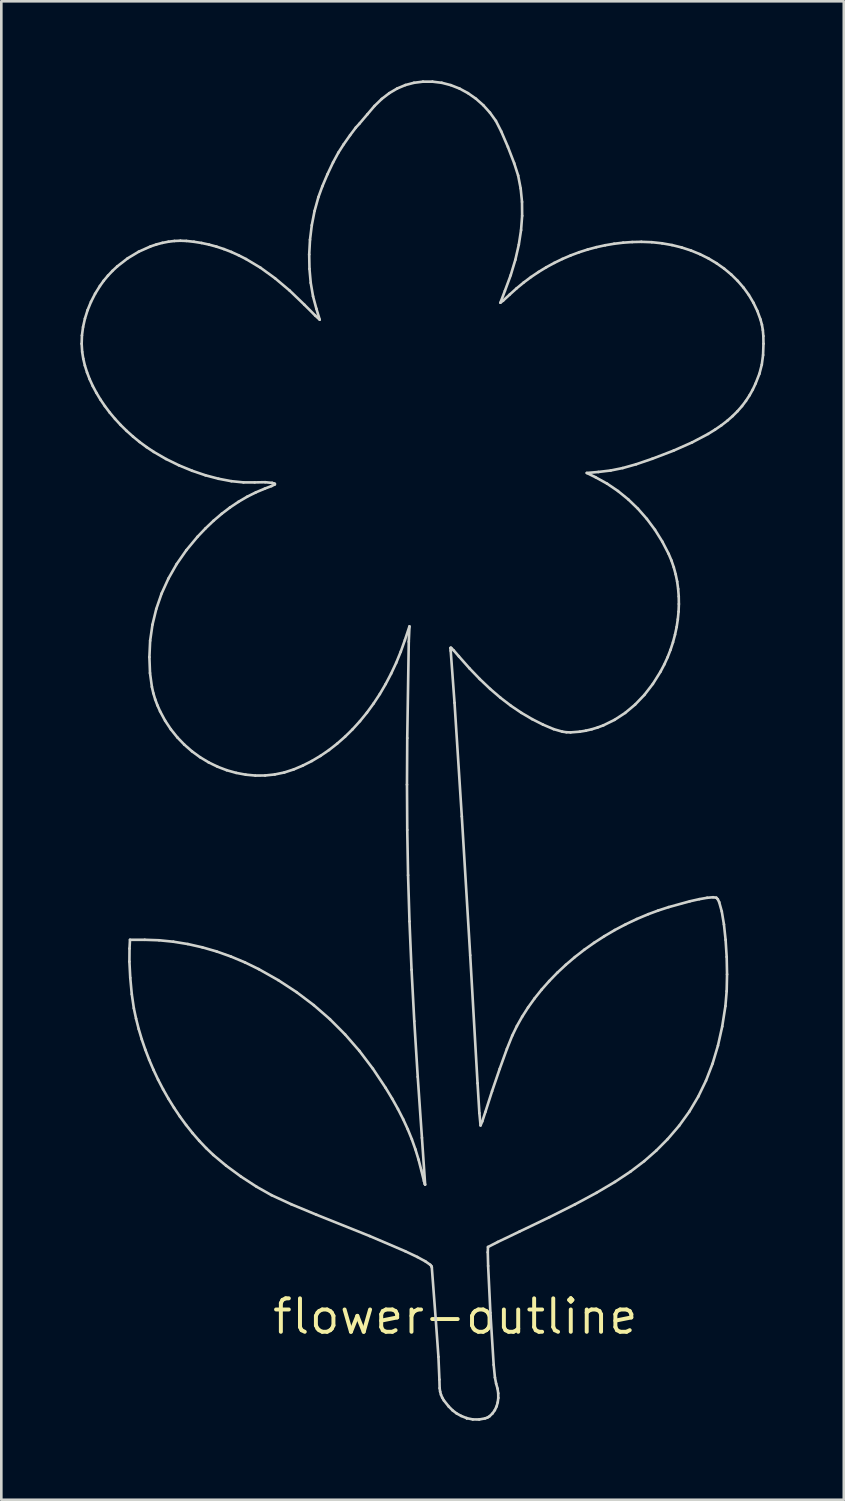
<source format=kicad_pcb>
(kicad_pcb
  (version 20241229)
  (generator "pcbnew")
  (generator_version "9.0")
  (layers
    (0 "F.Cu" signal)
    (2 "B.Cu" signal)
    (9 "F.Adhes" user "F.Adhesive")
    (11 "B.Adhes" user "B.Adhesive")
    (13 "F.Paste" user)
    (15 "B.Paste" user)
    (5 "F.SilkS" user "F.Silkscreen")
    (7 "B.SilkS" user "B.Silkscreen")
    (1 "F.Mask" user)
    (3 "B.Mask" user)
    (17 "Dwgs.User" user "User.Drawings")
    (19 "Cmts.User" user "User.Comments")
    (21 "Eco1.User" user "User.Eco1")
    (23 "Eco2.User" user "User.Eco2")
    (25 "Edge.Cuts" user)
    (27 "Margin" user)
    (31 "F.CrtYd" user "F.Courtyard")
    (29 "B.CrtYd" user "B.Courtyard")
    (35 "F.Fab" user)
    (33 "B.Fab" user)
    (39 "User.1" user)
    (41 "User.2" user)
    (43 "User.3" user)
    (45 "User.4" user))
  (footprint "flower-outline"
    (layer "F.Cu")
    (at 14.235 46.931)
    (property "Reference" "flower-outline" (at 0 0 0) (layer "F.SilkS") (effects (font (size 1.27 1.27) (thickness 0.15))))
    (attr through_hole)
    (fp_line (start -14.185 -36.93) (end -14.174 -37.246) (stroke (width 0.1) (type solid)) (layer "Edge.Cuts"))
    (fp_line (start -14.174 -37.246) (end -14.132 -37.565) (stroke (width 0.1) (type solid)) (layer "Edge.Cuts"))
    (fp_line (start -14.165 -36.621) (end -14.185 -36.93) (stroke (width 0.1) (type solid)) (layer "Edge.Cuts"))
    (fp_line (start -14.132 -37.565) (end -14.06 -37.886) (stroke (width 0.1) (type solid)) (layer "Edge.Cuts"))
    (fp_line (start -14.124 -36.364) (end -14.165 -36.621) (stroke (width 0.1) (type solid)) (layer "Edge.Cuts"))
    (fp_line (start -14.063 -36.105) (end -14.124 -36.364) (stroke (width 0.1) (type solid)) (layer "Edge.Cuts"))
    (fp_line (start -14.06 -37.886) (end -13.96 -38.206) (stroke (width 0.1) (type solid)) (layer "Edge.Cuts"))
    (fp_line (start -13.981 -35.844) (end -14.063 -36.105) (stroke (width 0.1) (type solid)) (layer "Edge.Cuts"))
    (fp_line (start -13.96 -38.206) (end -13.831 -38.52) (stroke (width 0.1) (type solid)) (layer "Edge.Cuts"))
    (fp_line (start -13.881 -35.584) (end -13.981 -35.844) (stroke (width 0.1) (type solid)) (layer "Edge.Cuts"))
    (fp_line (start -13.831 -38.52) (end -13.675 -38.827) (stroke (width 0.1) (type solid)) (layer "Edge.Cuts"))
    (fp_line (start -13.762 -35.324) (end -13.881 -35.584) (stroke (width 0.1) (type solid)) (layer "Edge.Cuts"))
    (fp_line (start -13.675 -38.827) (end -13.492 -39.123) (stroke (width 0.1) (type solid)) (layer "Edge.Cuts"))
    (fp_line (start -13.625 -35.067) (end -13.762 -35.324) (stroke (width 0.1) (type solid)) (layer "Edge.Cuts"))
    (fp_line (start -13.492 -39.123) (end -13.347 -39.324) (stroke (width 0.1) (type solid)) (layer "Edge.Cuts"))
    (fp_line (start -13.472 -34.812) (end -13.625 -35.067) (stroke (width 0.1) (type solid)) (layer "Edge.Cuts"))
    (fp_line (start -13.347 -39.324) (end -13.187 -39.516) (stroke (width 0.1) (type solid)) (layer "Edge.Cuts"))
    (fp_line (start -13.302 -34.562) (end -13.472 -34.812) (stroke (width 0.1) (type solid)) (layer "Edge.Cuts"))
    (fp_line (start -13.187 -39.516) (end -13.016 -39.697) (stroke (width 0.1) (type solid)) (layer "Edge.Cuts"))
    (fp_line (start -13.117 -34.316) (end -13.302 -34.562) (stroke (width 0.1) (type solid)) (layer "Edge.Cuts"))
    (fp_line (start -13.016 -39.697) (end -12.834 -39.867) (stroke (width 0.1) (type solid)) (layer "Edge.Cuts"))
    (fp_line (start -12.917 -34.077) (end -13.117 -34.316) (stroke (width 0.1) (type solid)) (layer "Edge.Cuts"))
    (fp_line (start -12.834 -39.867) (end -12.441 -40.172) (stroke (width 0.1) (type solid)) (layer "Edge.Cuts"))
    (fp_line (start -12.703 -33.845) (end -12.917 -34.077) (stroke (width 0.1) (type solid)) (layer "Edge.Cuts"))
    (fp_line (start -12.475 -33.621) (end -12.703 -33.845) (stroke (width 0.1) (type solid)) (layer "Edge.Cuts"))
    (fp_line (start -12.441 -40.172) (end -12.018 -40.426) (stroke (width 0.1) (type solid)) (layer "Edge.Cuts"))
    (fp_line (start -12.372 -13.474) (end -12.368 -13.97) (stroke (width 0.1) (type solid)) (layer "Edge.Cuts"))
    (fp_line (start -12.368 -13.97) (end -12.35 -14.302) (stroke (width 0.1) (type solid)) (layer "Edge.Cuts"))
    (fp_line (start -12.35 -14.302) (end -11.789 -14.302) (stroke (width 0.1) (type solid)) (layer "Edge.Cuts"))
    (fp_line (start -12.34 -12.86) (end -12.372 -13.474) (stroke (width 0.1) (type solid)) (layer "Edge.Cuts"))
    (fp_line (start -12.282 -12.236) (end -12.34 -12.86) (stroke (width 0.1) (type solid)) (layer "Edge.Cuts"))
    (fp_line (start -12.235 -33.406) (end -12.475 -33.621) (stroke (width 0.1) (type solid)) (layer "Edge.Cuts"))
    (fp_line (start -12.204 -11.705) (end -12.282 -12.236) (stroke (width 0.1) (type solid)) (layer "Edge.Cuts"))
    (fp_line (start -12.12 -11.31) (end -12.204 -11.705) (stroke (width 0.1) (type solid)) (layer "Edge.Cuts"))
    (fp_line (start -12.02 -10.916) (end -12.12 -11.31) (stroke (width 0.1) (type solid)) (layer "Edge.Cuts"))
    (fp_line (start -12.018 -40.426) (end -11.574 -40.624) (stroke (width 0.1) (type solid)) (layer "Edge.Cuts"))
    (fp_line (start -11.984 -33.201) (end -12.235 -33.406) (stroke (width 0.1) (type solid)) (layer "Edge.Cuts"))
    (fp_line (start -11.903 -10.524) (end -12.02 -10.916) (stroke (width 0.1) (type solid)) (layer "Edge.Cuts"))
    (fp_line (start -11.789 -14.302) (end -11.248 -14.284) (stroke (width 0.1) (type solid)) (layer "Edge.Cuts"))
    (fp_line (start -11.77 -10.134) (end -11.903 -10.524) (stroke (width 0.1) (type solid)) (layer "Edge.Cuts"))
    (fp_line (start -11.721 -33.007) (end -11.984 -33.201) (stroke (width 0.1) (type solid)) (layer "Edge.Cuts"))
    (fp_line (start -11.622 -9.749) (end -11.77 -10.134) (stroke (width 0.1) (type solid)) (layer "Edge.Cuts"))
    (fp_line (start -11.613 -25.034) (end -11.585 -25.654) (stroke (width 0.1) (type solid)) (layer "Edge.Cuts"))
    (fp_line (start -11.59 -24.429) (end -11.613 -25.034) (stroke (width 0.1) (type solid)) (layer "Edge.Cuts"))
    (fp_line (start -11.585 -25.654) (end -11.497 -26.264) (stroke (width 0.1) (type solid)) (layer "Edge.Cuts"))
    (fp_line (start -11.574 -40.624) (end -11.347 -40.701) (stroke (width 0.1) (type solid)) (layer "Edge.Cuts"))
    (fp_line (start -11.518 -23.904) (end -11.59 -24.429) (stroke (width 0.1) (type solid)) (layer "Edge.Cuts"))
    (fp_line (start -11.497 -26.264) (end -11.352 -26.863) (stroke (width 0.1) (type solid)) (layer "Edge.Cuts"))
    (fp_line (start -11.463 -23.662) (end -11.518 -23.904) (stroke (width 0.1) (type solid)) (layer "Edge.Cuts"))
    (fp_line (start -11.46 -9.369) (end -11.622 -9.749) (stroke (width 0.1) (type solid)) (layer "Edge.Cuts"))
    (fp_line (start -11.447 -32.825) (end -11.721 -33.007) (stroke (width 0.1) (type solid)) (layer "Edge.Cuts"))
    (fp_line (start -11.393 -23.429) (end -11.463 -23.662) (stroke (width 0.1) (type solid)) (layer "Edge.Cuts"))
    (fp_line (start -11.352 -26.863) (end -11.15 -27.448) (stroke (width 0.1) (type solid)) (layer "Edge.Cuts"))
    (fp_line (start -11.347 -40.701) (end -11.119 -40.761) (stroke (width 0.1) (type solid)) (layer "Edge.Cuts"))
    (fp_line (start -11.308 -23.202) (end -11.393 -23.429) (stroke (width 0.1) (type solid)) (layer "Edge.Cuts"))
    (fp_line (start -11.284 -8.995) (end -11.46 -9.369) (stroke (width 0.1) (type solid)) (layer "Edge.Cuts"))
    (fp_line (start -11.248 -14.284) (end -10.702 -14.229) (stroke (width 0.1) (type solid)) (layer "Edge.Cuts"))
    (fp_line (start -11.207 -22.975) (end -11.308 -23.202) (stroke (width 0.1) (type solid)) (layer "Edge.Cuts"))
    (fp_line (start -11.15 -27.448) (end -10.891 -28.016) (stroke (width 0.1) (type solid)) (layer "Edge.Cuts"))
    (fp_line (start -11.119 -40.761) (end -10.89 -40.805) (stroke (width 0.1) (type solid)) (layer "Edge.Cuts"))
    (fp_line (start -11.095 -8.63) (end -11.284 -8.995) (stroke (width 0.1) (type solid)) (layer "Edge.Cuts"))
    (fp_line (start -11.017 -22.622) (end -11.207 -22.975) (stroke (width 0.1) (type solid)) (layer "Edge.Cuts"))
    (fp_line (start -10.982 -32.555) (end -11.447 -32.825) (stroke (width 0.1) (type solid)) (layer "Edge.Cuts"))
    (fp_line (start -10.893 -8.273) (end -11.095 -8.63) (stroke (width 0.1) (type solid)) (layer "Edge.Cuts"))
    (fp_line (start -10.891 -28.016) (end -10.578 -28.566) (stroke (width 0.1) (type solid)) (layer "Edge.Cuts"))
    (fp_line (start -10.89 -40.805) (end -10.662 -40.833) (stroke (width 0.1) (type solid)) (layer "Edge.Cuts"))
    (fp_line (start -10.799 -22.293) (end -11.017 -22.622) (stroke (width 0.1) (type solid)) (layer "Edge.Cuts"))
    (fp_line (start -10.702 -14.229) (end -10.153 -14.14) (stroke (width 0.1) (type solid)) (layer "Edge.Cuts"))
    (fp_line (start -10.679 -7.927) (end -10.893 -8.273) (stroke (width 0.1) (type solid)) (layer "Edge.Cuts"))
    (fp_line (start -10.662 -40.833) (end -10.436 -40.842) (stroke (width 0.1) (type solid)) (layer "Edge.Cuts"))
    (fp_line (start -10.578 -28.566) (end -10.209 -29.095) (stroke (width 0.1) (type solid)) (layer "Edge.Cuts"))
    (fp_line (start -10.554 -21.988) (end -10.799 -22.293) (stroke (width 0.1) (type solid)) (layer "Edge.Cuts"))
    (fp_line (start -10.494 -32.316) (end -10.982 -32.555) (stroke (width 0.1) (type solid)) (layer "Edge.Cuts"))
    (fp_line (start -10.455 -7.593) (end -10.679 -7.927) (stroke (width 0.1) (type solid)) (layer "Edge.Cuts"))
    (fp_line (start -10.436 -40.842) (end -10.212 -40.834) (stroke (width 0.1) (type solid)) (layer "Edge.Cuts"))
    (fp_line (start -10.286 -21.709) (end -10.554 -21.988) (stroke (width 0.1) (type solid)) (layer "Edge.Cuts"))
    (fp_line (start -10.22 -7.271) (end -10.455 -7.593) (stroke (width 0.1) (type solid)) (layer "Edge.Cuts"))
    (fp_line (start -10.212 -40.834) (end -9.921 -40.802) (stroke (width 0.1) (type solid)) (layer "Edge.Cuts"))
    (fp_line (start -10.209 -29.095) (end -9.788 -29.601) (stroke (width 0.1) (type solid)) (layer "Edge.Cuts"))
    (fp_line (start -10.153 -14.14) (end -9.604 -14.016) (stroke (width 0.1) (type solid)) (layer "Edge.Cuts"))
    (fp_line (start -9.997 -21.457) (end -10.286 -21.709) (stroke (width 0.1) (type solid)) (layer "Edge.Cuts"))
    (fp_line (start -9.992 -32.109) (end -10.494 -32.316) (stroke (width 0.1) (type solid)) (layer "Edge.Cuts"))
    (fp_line (start -9.975 -6.963) (end -10.22 -7.271) (stroke (width 0.1) (type solid)) (layer "Edge.Cuts"))
    (fp_line (start -9.921 -40.802) (end -9.632 -40.756) (stroke (width 0.1) (type solid)) (layer "Edge.Cuts"))
    (fp_line (start -9.788 -29.601) (end -9.488 -29.916) (stroke (width 0.1) (type solid)) (layer "Edge.Cuts"))
    (fp_line (start -9.721 -6.67) (end -9.975 -6.963) (stroke (width 0.1) (type solid)) (layer "Edge.Cuts"))
    (fp_line (start -9.689 -21.233) (end -9.997 -21.457) (stroke (width 0.1) (type solid)) (layer "Edge.Cuts"))
    (fp_line (start -9.632 -40.756) (end -9.347 -40.694) (stroke (width 0.1) (type solid)) (layer "Edge.Cuts"))
    (fp_line (start -9.604 -14.016) (end -9.058 -13.858) (stroke (width 0.1) (type solid)) (layer "Edge.Cuts"))
    (fp_line (start -9.488 -29.916) (end -9.183 -30.207) (stroke (width 0.1) (type solid)) (layer "Edge.Cuts"))
    (fp_line (start -9.486 -31.937) (end -9.992 -32.109) (stroke (width 0.1) (type solid)) (layer "Edge.Cuts"))
    (fp_line (start -9.459 -6.394) (end -9.721 -6.67) (stroke (width 0.1) (type solid)) (layer "Edge.Cuts"))
    (fp_line (start -9.365 -21.038) (end -9.689 -21.233) (stroke (width 0.1) (type solid)) (layer "Edge.Cuts"))
    (fp_line (start -9.347 -40.694) (end -9.063 -40.617) (stroke (width 0.1) (type solid)) (layer "Edge.Cuts"))
    (fp_line (start -9.189 -6.135) (end -9.459 -6.394) (stroke (width 0.1) (type solid)) (layer "Edge.Cuts"))
    (fp_line (start -9.183 -30.207) (end -8.871 -30.473) (stroke (width 0.1) (type solid)) (layer "Edge.Cuts"))
    (fp_line (start -9.063 -40.617) (end -8.782 -40.524) (stroke (width 0.1) (type solid)) (layer "Edge.Cuts"))
    (fp_line (start -9.058 -13.858) (end -8.517 -13.666) (stroke (width 0.1) (type solid)) (layer "Edge.Cuts"))
    (fp_line (start -9.027 -20.873) (end -9.365 -21.038) (stroke (width 0.1) (type solid)) (layer "Edge.Cuts"))
    (fp_line (start -8.986 -31.805) (end -9.486 -31.937) (stroke (width 0.1) (type solid)) (layer "Edge.Cuts"))
    (fp_line (start -8.871 -30.473) (end -8.554 -30.714) (stroke (width 0.1) (type solid)) (layer "Edge.Cuts"))
    (fp_line (start -8.782 -40.524) (end -8.502 -40.415) (stroke (width 0.1) (type solid)) (layer "Edge.Cuts"))
    (fp_line (start -8.701 -5.727) (end -9.189 -6.135) (stroke (width 0.1) (type solid)) (layer "Edge.Cuts"))
    (fp_line (start -8.678 -20.74) (end -9.027 -20.873) (stroke (width 0.1) (type solid)) (layer "Edge.Cuts"))
    (fp_line (start -8.554 -30.714) (end -8.232 -30.93) (stroke (width 0.1) (type solid)) (layer "Edge.Cuts"))
    (fp_line (start -8.517 -13.666) (end -7.983 -13.442) (stroke (width 0.1) (type solid)) (layer "Edge.Cuts"))
    (fp_line (start -8.502 -40.415) (end -8.224 -40.289) (stroke (width 0.1) (type solid)) (layer "Edge.Cuts"))
    (fp_line (start -8.501 -31.713) (end -8.986 -31.805) (stroke (width 0.1) (type solid)) (layer "Edge.Cuts"))
    (fp_line (start -8.32 -20.639) (end -8.678 -20.74) (stroke (width 0.1) (type solid)) (layer "Edge.Cuts"))
    (fp_line (start -8.232 -30.93) (end -7.904 -31.122) (stroke (width 0.1) (type solid)) (layer "Edge.Cuts"))
    (fp_line (start -8.224 -40.289) (end -7.947 -40.148) (stroke (width 0.1) (type solid)) (layer "Edge.Cuts"))
    (fp_line (start -8.136 -5.312) (end -8.701 -5.727) (stroke (width 0.1) (type solid)) (layer "Edge.Cuts"))
    (fp_line (start -8.041 -31.667) (end -8.501 -31.713) (stroke (width 0.1) (type solid)) (layer "Edge.Cuts"))
    (fp_line (start -7.983 -13.442) (end -7.46 -13.187) (stroke (width 0.1) (type solid)) (layer "Edge.Cuts"))
    (fp_line (start -7.956 -20.571) (end -8.32 -20.639) (stroke (width 0.1) (type solid)) (layer "Edge.Cuts"))
    (fp_line (start -7.947 -40.148) (end -7.394 -39.816) (stroke (width 0.1) (type solid)) (layer "Edge.Cuts"))
    (fp_line (start -7.904 -31.122) (end -7.571 -31.289) (stroke (width 0.1) (type solid)) (layer "Edge.Cuts"))
    (fp_line (start -7.616 -31.667) (end -8.041 -31.667) (stroke (width 0.1) (type solid)) (layer "Edge.Cuts"))
    (fp_line (start -7.589 -20.537) (end -7.956 -20.571) (stroke (width 0.1) (type solid)) (layer "Edge.Cuts"))
    (fp_line (start -7.571 -31.289) (end -7.233 -31.43) (stroke (width 0.1) (type solid)) (layer "Edge.Cuts"))
    (fp_line (start -7.545 -4.927) (end -8.136 -5.312) (stroke (width 0.1) (type solid)) (layer "Edge.Cuts"))
    (fp_line (start -7.46 -13.187) (end -6.719 -12.768) (stroke (width 0.1) (type solid)) (layer "Edge.Cuts"))
    (fp_line (start -7.394 -39.816) (end -6.842 -39.416) (stroke (width 0.1) (type solid)) (layer "Edge.Cuts"))
    (fp_line (start -7.233 -31.43) (end -6.976 -31.529) (stroke (width 0.1) (type solid)) (layer "Edge.Cuts"))
    (fp_line (start -7.22 -20.54) (end -7.589 -20.537) (stroke (width 0.1) (type solid)) (layer "Edge.Cuts"))
    (fp_line (start -7.219 -31.674) (end -7.616 -31.667) (stroke (width 0.1) (type solid)) (layer "Edge.Cuts"))
    (fp_line (start -6.98 -4.608) (end -7.545 -4.927) (stroke (width 0.1) (type solid)) (layer "Edge.Cuts"))
    (fp_line (start -6.976 -31.529) (end -6.86 -31.586) (stroke (width 0.1) (type solid)) (layer "Edge.Cuts"))
    (fp_line (start -6.954 -31.649) (end -7.219 -31.674) (stroke (width 0.1) (type solid)) (layer "Edge.Cuts"))
    (fp_line (start -6.862 -31.619) (end -6.954 -31.649) (stroke (width 0.1) (type solid)) (layer "Edge.Cuts"))
    (fp_line (start -6.86 -31.586) (end -6.848 -31.604) (stroke (width 0.1) (type solid)) (layer "Edge.Cuts"))
    (fp_line (start -6.853 -20.579) (end -7.22 -20.54) (stroke (width 0.1) (type solid)) (layer "Edge.Cuts"))
    (fp_line (start -6.848 -31.604) (end -6.862 -31.619) (stroke (width 0.1) (type solid)) (layer "Edge.Cuts"))
    (fp_line (start -6.842 -39.416) (end -6.286 -38.947) (stroke (width 0.1) (type solid)) (layer "Edge.Cuts"))
    (fp_line (start -6.719 -12.768) (end -6.024 -12.313) (stroke (width 0.1) (type solid)) (layer "Edge.Cuts"))
    (fp_line (start -6.489 -20.655) (end -6.853 -20.579) (stroke (width 0.1) (type solid)) (layer "Edge.Cuts"))
    (fp_line (start -6.286 -38.947) (end -5.725 -38.408) (stroke (width 0.1) (type solid)) (layer "Edge.Cuts"))
    (fp_line (start -6.229 -4.262) (end -6.98 -4.608) (stroke (width 0.1) (type solid)) (layer "Edge.Cuts"))
    (fp_line (start -6.132 -20.771) (end -6.489 -20.655) (stroke (width 0.1) (type solid)) (layer "Edge.Cuts"))
    (fp_line (start -6.024 -12.313) (end -5.371 -11.82) (stroke (width 0.1) (type solid)) (layer "Edge.Cuts"))
    (fp_line (start -5.786 -20.918) (end -6.132 -20.771) (stroke (width 0.1) (type solid)) (layer "Edge.Cuts"))
    (fp_line (start -5.725 -38.408) (end -5.318 -38.001) (stroke (width 0.1) (type solid)) (layer "Edge.Cuts"))
    (fp_line (start -5.546 -40.322) (end -5.516 -40.877) (stroke (width 0.1) (type solid)) (layer "Edge.Cuts"))
    (fp_line (start -5.536 -39.774) (end -5.546 -40.322) (stroke (width 0.1) (type solid)) (layer "Edge.Cuts"))
    (fp_line (start -5.516 -40.877) (end -5.448 -41.43) (stroke (width 0.1) (type solid)) (layer "Edge.Cuts"))
    (fp_line (start -5.488 -39.242) (end -5.536 -39.774) (stroke (width 0.1) (type solid)) (layer "Edge.Cuts"))
    (fp_line (start -5.448 -41.43) (end -5.342 -41.973) (stroke (width 0.1) (type solid)) (layer "Edge.Cuts"))
    (fp_line (start -5.447 -21.089) (end -5.786 -20.918) (stroke (width 0.1) (type solid)) (layer "Edge.Cuts"))
    (fp_line (start -5.401 -38.734) (end -5.488 -39.242) (stroke (width 0.1) (type solid)) (layer "Edge.Cuts"))
    (fp_line (start -5.371 -11.82) (end -4.759 -11.287) (stroke (width 0.1) (type solid)) (layer "Edge.Cuts"))
    (fp_line (start -5.342 -41.973) (end -5.197 -42.497) (stroke (width 0.1) (type solid)) (layer "Edge.Cuts"))
    (fp_line (start -5.318 -38.001) (end -5.148 -37.845) (stroke (width 0.1) (type solid)) (layer "Edge.Cuts"))
    (fp_line (start -5.274 -38.26) (end -5.401 -38.734) (stroke (width 0.1) (type solid)) (layer "Edge.Cuts"))
    (fp_line (start -5.273 -3.865) (end -6.229 -4.262) (stroke (width 0.1) (type solid)) (layer "Edge.Cuts"))
    (fp_line (start -5.197 -42.497) (end -5.049 -42.904) (stroke (width 0.1) (type solid)) (layer "Edge.Cuts"))
    (fp_line (start -5.148 -37.845) (end -5.274 -38.26) (stroke (width 0.1) (type solid)) (layer "Edge.Cuts"))
    (fp_line (start -5.117 -21.286) (end -5.447 -21.089) (stroke (width 0.1) (type solid)) (layer "Edge.Cuts"))
    (fp_line (start -5.049 -42.904) (end -4.853 -43.365) (stroke (width 0.1) (type solid)) (layer "Edge.Cuts"))
    (fp_line (start -4.853 -43.365) (end -4.64 -43.815) (stroke (width 0.1) (type solid)) (layer "Edge.Cuts"))
    (fp_line (start -4.796 -21.505) (end -5.117 -21.286) (stroke (width 0.1) (type solid)) (layer "Edge.Cuts"))
    (fp_line (start -4.759 -11.287) (end -4.183 -10.708) (stroke (width 0.1) (type solid)) (layer "Edge.Cuts"))
    (fp_line (start -4.64 -43.815) (end -4.438 -44.189) (stroke (width 0.1) (type solid)) (layer "Edge.Cuts"))
    (fp_line (start -4.486 -21.748) (end -4.796 -21.505) (stroke (width 0.1) (type solid)) (layer "Edge.Cuts"))
    (fp_line (start -4.438 -44.189) (end -4.236 -44.504) (stroke (width 0.1) (type solid)) (layer "Edge.Cuts"))
    (fp_line (start -4.236 -44.504) (end -3.994 -44.848) (stroke (width 0.1) (type solid)) (layer "Edge.Cuts"))
    (fp_line (start -4.185 -22.012) (end -4.486 -21.748) (stroke (width 0.1) (type solid)) (layer "Edge.Cuts"))
    (fp_line (start -4.183 -10.708) (end -3.641 -10.084) (stroke (width 0.1) (type solid)) (layer "Edge.Cuts"))
    (fp_line (start -3.994 -44.848) (end -3.777 -45.136) (stroke (width 0.1) (type solid)) (layer "Edge.Cuts"))
    (fp_line (start -3.896 -22.297) (end -4.185 -22.012) (stroke (width 0.1) (type solid)) (layer "Edge.Cuts"))
    (fp_line (start -3.777 -45.136) (end -3.645 -45.28) (stroke (width 0.1) (type solid)) (layer "Edge.Cuts"))
    (fp_line (start -3.645 -45.28) (end -3.338 -45.641) (stroke (width 0.1) (type solid)) (layer "Edge.Cuts"))
    (fp_line (start -3.641 -10.084) (end -3.129 -9.409) (stroke (width 0.1) (type solid)) (layer "Edge.Cuts"))
    (fp_line (start -3.619 -22.602) (end -3.896 -22.297) (stroke (width 0.1) (type solid)) (layer "Edge.Cuts"))
    (fp_line (start -3.354 -22.927) (end -3.619 -22.602) (stroke (width 0.1) (type solid)) (layer "Edge.Cuts"))
    (fp_line (start -3.338 -45.641) (end -3.07 -45.956) (stroke (width 0.1) (type solid)) (layer "Edge.Cuts"))
    (fp_line (start -3.251 -3.055) (end -5.273 -3.865) (stroke (width 0.1) (type solid)) (layer "Edge.Cuts"))
    (fp_line (start -3.129 -9.409) (end -2.645 -8.681) (stroke (width 0.1) (type solid)) (layer "Edge.Cuts"))
    (fp_line (start -3.103 -23.271) (end -3.354 -22.927) (stroke (width 0.1) (type solid)) (layer "Edge.Cuts"))
    (fp_line (start -3.07 -45.956) (end -2.793 -46.224) (stroke (width 0.1) (type solid)) (layer "Edge.Cuts"))
    (fp_line (start -2.865 -23.632) (end -3.103 -23.271) (stroke (width 0.1) (type solid)) (layer "Edge.Cuts"))
    (fp_line (start -2.793 -46.224) (end -2.506 -46.445) (stroke (width 0.1) (type solid)) (layer "Edge.Cuts"))
    (fp_line (start -2.645 -8.681) (end -2.398 -8.272) (stroke (width 0.1) (type solid)) (layer "Edge.Cuts"))
    (fp_line (start -2.643 -24.011) (end -2.865 -23.632) (stroke (width 0.1) (type solid)) (layer "Edge.Cuts"))
    (fp_line (start -2.506 -46.445) (end -2.207 -46.621) (stroke (width 0.1) (type solid)) (layer "Edge.Cuts"))
    (fp_line (start -2.436 -24.406) (end -2.643 -24.011) (stroke (width 0.1) (type solid)) (layer "Edge.Cuts"))
    (fp_line (start -2.398 -8.272) (end -2.176 -7.876) (stroke (width 0.1) (type solid)) (layer "Edge.Cuts"))
    (fp_line (start -2.244 -24.816) (end -2.436 -24.406) (stroke (width 0.1) (type solid)) (layer "Edge.Cuts"))
    (fp_line (start -2.207 -46.621) (end -1.895 -46.752) (stroke (width 0.1) (type solid)) (layer "Edge.Cuts"))
    (fp_line (start -2.176 -7.876) (end -1.979 -7.489) (stroke (width 0.1) (type solid)) (layer "Edge.Cuts"))
    (fp_line (start -2.07 -25.241) (end -2.244 -24.816) (stroke (width 0.1) (type solid)) (layer "Edge.Cuts"))
    (fp_line (start -1.979 -7.489) (end -1.804 -7.108) (stroke (width 0.1) (type solid)) (layer "Edge.Cuts"))
    (fp_line (start -1.913 -25.68) (end -2.07 -25.241) (stroke (width 0.1) (type solid)) (layer "Edge.Cuts"))
    (fp_line (start -1.895 -46.752) (end -1.569 -46.838) (stroke (width 0.1) (type solid)) (layer "Edge.Cuts"))
    (fp_line (start -1.894 -2.475) (end -3.251 -3.055) (stroke (width 0.1) (type solid)) (layer "Edge.Cuts"))
    (fp_line (start -1.834 -20.194) (end -1.824 -21.96) (stroke (width 0.1) (type solid)) (layer "Edge.Cuts"))
    (fp_line (start -1.824 -21.96) (end -1.766 -25.617) (stroke (width 0.1) (type solid)) (layer "Edge.Cuts"))
    (fp_line (start -1.824 -18.473) (end -1.834 -20.194) (stroke (width 0.1) (type solid)) (layer "Edge.Cuts"))
    (fp_line (start -1.804 -7.108) (end -1.649 -6.728) (stroke (width 0.1) (type solid)) (layer "Edge.Cuts"))
    (fp_line (start -1.793 -16.755) (end -1.824 -18.473) (stroke (width 0.1) (type solid)) (layer "Edge.Cuts"))
    (fp_line (start -1.766 -25.617) (end -1.74 -26.2) (stroke (width 0.1) (type solid)) (layer "Edge.Cuts"))
    (fp_line (start -1.74 -26.2) (end -1.913 -25.68) (stroke (width 0.1) (type solid)) (layer "Edge.Cuts"))
    (fp_line (start -1.739 -15) (end -1.793 -16.755) (stroke (width 0.1) (type solid)) (layer "Edge.Cuts"))
    (fp_line (start -1.661 -13.166) (end -1.739 -15) (stroke (width 0.1) (type solid)) (layer "Edge.Cuts"))
    (fp_line (start -1.649 -6.728) (end -1.514 -6.346) (stroke (width 0.1) (type solid)) (layer "Edge.Cuts"))
    (fp_line (start -1.569 -46.838) (end -1.227 -46.881) (stroke (width 0.1) (type solid)) (layer "Edge.Cuts"))
    (fp_line (start -1.557 -11.213) (end -1.661 -13.166) (stroke (width 0.1) (type solid)) (layer "Edge.Cuts"))
    (fp_line (start -1.514 -6.346) (end -1.395 -5.957) (stroke (width 0.1) (type solid)) (layer "Edge.Cuts"))
    (fp_line (start -1.442 -2.26) (end -1.894 -2.475) (stroke (width 0.1) (type solid)) (layer "Edge.Cuts"))
    (fp_line (start -1.426 -9.099) (end -1.557 -11.213) (stroke (width 0.1) (type solid)) (layer "Edge.Cuts"))
    (fp_line (start -1.395 -5.957) (end -1.292 -5.557) (stroke (width 0.1) (type solid)) (layer "Edge.Cuts"))
    (fp_line (start -1.292 -5.557) (end -1.19 -5.144) (stroke (width 0.1) (type solid)) (layer "Edge.Cuts"))
    (fp_line (start -1.266 -6.783) (end -1.426 -9.099) (stroke (width 0.1) (type solid)) (layer "Edge.Cuts"))
    (fp_line (start -1.227 -46.881) (end -0.867 -46.881) (stroke (width 0.1) (type solid)) (layer "Edge.Cuts"))
    (fp_line (start -1.19 -5.144) (end -1.158 -5.032) (stroke (width 0.1) (type solid)) (layer "Edge.Cuts"))
    (fp_line (start -1.158 -5.032) (end -1.145 -5.008) (stroke (width 0.1) (type solid)) (layer "Edge.Cuts"))
    (fp_line (start -1.145 -5.008) (end -1.266 -6.783) (stroke (width 0.1) (type solid)) (layer "Edge.Cuts"))
    (fp_line (start -1.131 -2.091) (end -1.442 -2.26) (stroke (width 0.1) (type solid)) (layer "Edge.Cuts"))
    (fp_line (start -0.95 -1.963) (end -1.131 -2.091) (stroke (width 0.1) (type solid)) (layer "Edge.Cuts"))
    (fp_line (start -0.906 -1.913) (end -0.95 -1.963) (stroke (width 0.1) (type solid)) (layer "Edge.Cuts"))
    (fp_line (start -0.892 -1.872) (end -0.906 -1.913) (stroke (width 0.1) (type solid)) (layer "Edge.Cuts"))
    (fp_line (start -0.867 -46.881) (end -0.514 -46.838) (stroke (width 0.1) (type solid)) (layer "Edge.Cuts"))
    (fp_line (start -0.743 0.095) (end -0.892 -1.872) (stroke (width 0.1) (type solid)) (layer "Edge.Cuts"))
    (fp_line (start -0.64 1.532) (end -0.743 0.095) (stroke (width 0.1) (type solid)) (layer "Edge.Cuts"))
    (fp_line (start -0.603 2.393) (end -0.64 1.532) (stroke (width 0.1) (type solid)) (layer "Edge.Cuts"))
    (fp_line (start -0.594 2.721) (end -0.603 2.393) (stroke (width 0.1) (type solid)) (layer "Edge.Cuts"))
    (fp_line (start -0.575 2.852) (end -0.594 2.721) (stroke (width 0.1) (type solid)) (layer "Edge.Cuts"))
    (fp_line (start -0.543 2.97) (end -0.575 2.852) (stroke (width 0.1) (type solid)) (layer "Edge.Cuts"))
    (fp_line (start -0.514 -46.838) (end -0.17 -46.749) (stroke (width 0.1) (type solid)) (layer "Edge.Cuts"))
    (fp_line (start -0.496 3.079) (end -0.543 2.97) (stroke (width 0.1) (type solid)) (layer "Edge.Cuts"))
    (fp_line (start -0.433 3.186) (end -0.496 3.079) (stroke (width 0.1) (type solid)) (layer "Edge.Cuts"))
    (fp_line (start -0.248 3.418) (end -0.433 3.186) (stroke (width 0.1) (type solid)) (layer "Edge.Cuts"))
    (fp_line (start -0.184 -25.371) (end -0.174 -25.273) (stroke (width 0.1) (type solid)) (layer "Edge.Cuts"))
    (fp_line (start -0.176 -25.389) (end -0.184 -25.371) (stroke (width 0.1) (type solid)) (layer "Edge.Cuts"))
    (fp_line (start -0.174 -25.273) (end -0.029 -23.298) (stroke (width 0.1) (type solid)) (layer "Edge.Cuts"))
    (fp_line (start -0.17 -46.749) (end 0.164 -46.617) (stroke (width 0.1) (type solid)) (layer "Edge.Cuts"))
    (fp_line (start -0.154 -25.382) (end -0.176 -25.389) (stroke (width 0.1) (type solid)) (layer "Edge.Cuts"))
    (fp_line (start -0.102 3.564) (end -0.248 3.418) (stroke (width 0.1) (type solid)) (layer "Edge.Cuts"))
    (fp_line (start -0.056 -25.284) (end -0.154 -25.382) (stroke (width 0.1) (type solid)) (layer "Edge.Cuts"))
    (fp_line (start -0.029 -23.298) (end 0.247 -18.986) (stroke (width 0.1) (type solid)) (layer "Edge.Cuts"))
    (fp_line (start 0.051 3.68) (end -0.102 3.564) (stroke (width 0.1) (type solid)) (layer "Edge.Cuts"))
    (fp_line (start 0.137 -25.061) (end -0.056 -25.284) (stroke (width 0.1) (type solid)) (layer "Edge.Cuts"))
    (fp_line (start 0.164 -46.617) (end 0.483 -46.444) (stroke (width 0.1) (type solid)) (layer "Edge.Cuts"))
    (fp_line (start 0.224 3.775) (end 0.051 3.68) (stroke (width 0.1) (type solid)) (layer "Edge.Cuts"))
    (fp_line (start 0.247 -18.986) (end 0.566 -13.714) (stroke (width 0.1) (type solid)) (layer "Edge.Cuts"))
    (fp_line (start 0.435 3.859) (end 0.224 3.775) (stroke (width 0.1) (type solid)) (layer "Edge.Cuts"))
    (fp_line (start 0.435 3.859) (end 0.435 3.859) (stroke (width 0.1) (type solid)) (layer "Edge.Cuts"))
    (fp_line (start 0.435 3.859) (end 0.435 3.859) (stroke (width 0.1) (type solid)) (layer "Edge.Cuts"))
    (fp_line (start 0.483 -46.444) (end 0.784 -46.233) (stroke (width 0.1) (type solid)) (layer "Edge.Cuts"))
    (fp_line (start 0.535 -24.611) (end 0.137 -25.061) (stroke (width 0.1) (type solid)) (layer "Edge.Cuts"))
    (fp_line (start 0.566 -13.714) (end 0.845 -8.856) (stroke (width 0.1) (type solid)) (layer "Edge.Cuts"))
    (fp_line (start 0.663 3.907) (end 0.435 3.859) (stroke (width 0.1) (type solid)) (layer "Edge.Cuts"))
    (fp_line (start 0.784 -46.233) (end 1.063 -45.986) (stroke (width 0.1) (type solid)) (layer "Edge.Cuts"))
    (fp_line (start 0.845 -8.856) (end 0.914 -7.724) (stroke (width 0.1) (type solid)) (layer "Edge.Cuts"))
    (fp_line (start 0.908 3.909) (end 0.663 3.907) (stroke (width 0.1) (type solid)) (layer "Edge.Cuts"))
    (fp_line (start 0.914 -7.724) (end 0.959 -7.254) (stroke (width 0.1) (type solid)) (layer "Edge.Cuts"))
    (fp_line (start 0.929 -24.201) (end 0.535 -24.611) (stroke (width 0.1) (type solid)) (layer "Edge.Cuts"))
    (fp_line (start 0.959 -7.254) (end 1.024 -7.407) (stroke (width 0.1) (type solid)) (layer "Edge.Cuts"))
    (fp_line (start 1.024 -7.407) (end 1.144 -7.771) (stroke (width 0.1) (type solid)) (layer "Edge.Cuts"))
    (fp_line (start 1.063 -45.986) (end 1.316 -45.704) (stroke (width 0.1) (type solid)) (layer "Edge.Cuts"))
    (fp_line (start 1.133 3.868) (end 0.908 3.909) (stroke (width 0.1) (type solid)) (layer "Edge.Cuts"))
    (fp_line (start 1.144 -7.771) (end 1.396 -8.555) (stroke (width 0.1) (type solid)) (layer "Edge.Cuts"))
    (fp_line (start 1.227 3.833) (end 1.133 3.868) (stroke (width 0.1) (type solid)) (layer "Edge.Cuts"))
    (fp_line (start 1.233 -2.44) (end 1.247 -1.92) (stroke (width 0.1) (type solid)) (layer "Edge.Cuts"))
    (fp_line (start 1.241 -2.639) (end 1.233 -2.44) (stroke (width 0.1) (type solid)) (layer "Edge.Cuts"))
    (fp_line (start 1.247 -1.92) (end 1.333 -0.141) (stroke (width 0.1) (type solid)) (layer "Edge.Cuts"))
    (fp_line (start 1.301 3.787) (end 1.227 3.833) (stroke (width 0.1) (type solid)) (layer "Edge.Cuts"))
    (fp_line (start 1.316 -45.704) (end 1.542 -45.39) (stroke (width 0.1) (type solid)) (layer "Edge.Cuts"))
    (fp_line (start 1.323 -23.827) (end 0.929 -24.201) (stroke (width 0.1) (type solid)) (layer "Edge.Cuts"))
    (fp_line (start 1.333 -0.141) (end 1.457 1.835) (stroke (width 0.1) (type solid)) (layer "Edge.Cuts"))
    (fp_line (start 1.396 -8.555) (end 1.686 -9.402) (stroke (width 0.1) (type solid)) (layer "Edge.Cuts"))
    (fp_line (start 1.411 3.681) (end 1.301 3.787) (stroke (width 0.1) (type solid)) (layer "Edge.Cuts"))
    (fp_line (start 1.457 1.835) (end 1.505 2.315) (stroke (width 0.1) (type solid)) (layer "Edge.Cuts"))
    (fp_line (start 1.5 3.556) (end 1.411 3.681) (stroke (width 0.1) (type solid)) (layer "Edge.Cuts"))
    (fp_line (start 1.505 2.315) (end 1.551 2.55) (stroke (width 0.1) (type solid)) (layer "Edge.Cuts"))
    (fp_line (start 1.542 -45.39) (end 1.742 -44.996) (stroke (width 0.1) (type solid)) (layer "Edge.Cuts"))
    (fp_line (start 1.551 2.55) (end 1.603 2.734) (stroke (width 0.1) (type solid)) (layer "Edge.Cuts"))
    (fp_line (start 1.567 3.414) (end 1.5 3.556) (stroke (width 0.1) (type solid)) (layer "Edge.Cuts"))
    (fp_line (start 1.603 2.734) (end 1.63 2.915) (stroke (width 0.1) (type solid)) (layer "Edge.Cuts"))
    (fp_line (start 1.611 -2.829) (end 1.241 -2.639) (stroke (width 0.1) (type solid)) (layer "Edge.Cuts"))
    (fp_line (start 1.611 3.258) (end 1.567 3.414) (stroke (width 0.1) (type solid)) (layer "Edge.Cuts"))
    (fp_line (start 1.63 2.915) (end 1.632 3.091) (stroke (width 0.1) (type solid)) (layer "Edge.Cuts"))
    (fp_line (start 1.632 3.091) (end 1.611 3.258) (stroke (width 0.1) (type solid)) (layer "Edge.Cuts"))
    (fp_line (start 1.686 -9.402) (end 1.959 -10.157) (stroke (width 0.1) (type solid)) (layer "Edge.Cuts"))
    (fp_line (start 1.712 -38.488) (end 1.816 -38.568) (stroke (width 0.1) (type solid)) (layer "Edge.Cuts"))
    (fp_line (start 1.716 -23.49) (end 1.323 -23.827) (stroke (width 0.1) (type solid)) (layer "Edge.Cuts"))
    (fp_line (start 1.742 -44.996) (end 1.998 -44.402) (stroke (width 0.1) (type solid)) (layer "Edge.Cuts"))
    (fp_line (start 1.816 -38.568) (end 2.065 -38.797) (stroke (width 0.1) (type solid)) (layer "Edge.Cuts"))
    (fp_line (start 1.883 -38.937) (end 1.712 -38.488) (stroke (width 0.1) (type solid)) (layer "Edge.Cuts"))
    (fp_line (start 1.959 -10.157) (end 2.162 -10.663) (stroke (width 0.1) (type solid)) (layer "Edge.Cuts"))
    (fp_line (start 1.998 -44.402) (end 2.236 -43.784) (stroke (width 0.1) (type solid)) (layer "Edge.Cuts"))
    (fp_line (start 2.065 -38.797) (end 2.325 -39.032) (stroke (width 0.1) (type solid)) (layer "Edge.Cuts"))
    (fp_line (start 2.104 -39.533) (end 1.883 -38.937) (stroke (width 0.1) (type solid)) (layer "Edge.Cuts"))
    (fp_line (start 2.112 -23.187) (end 1.716 -23.49) (stroke (width 0.1) (type solid)) (layer "Edge.Cuts"))
    (fp_line (start 2.162 -10.663) (end 2.338 -11.025) (stroke (width 0.1) (type solid)) (layer "Edge.Cuts"))
    (fp_line (start 2.236 -43.784) (end 2.386 -43.317) (stroke (width 0.1) (type solid)) (layer "Edge.Cuts"))
    (fp_line (start 2.28 -40.118) (end 2.104 -39.533) (stroke (width 0.1) (type solid)) (layer "Edge.Cuts"))
    (fp_line (start 2.325 -39.032) (end 2.595 -39.254) (stroke (width 0.1) (type solid)) (layer "Edge.Cuts"))
    (fp_line (start 2.338 -11.025) (end 2.539 -11.382) (stroke (width 0.1) (type solid)) (layer "Edge.Cuts"))
    (fp_line (start 2.386 -43.317) (end 2.482 -42.825) (stroke (width 0.1) (type solid)) (layer "Edge.Cuts"))
    (fp_line (start 2.411 -40.689) (end 2.28 -40.118) (stroke (width 0.1) (type solid)) (layer "Edge.Cuts"))
    (fp_line (start 2.438 -3.225) (end 1.611 -2.829) (stroke (width 0.1) (type solid)) (layer "Edge.Cuts"))
    (fp_line (start 2.482 -42.825) (end 2.533 -42.315) (stroke (width 0.1) (type solid)) (layer "Edge.Cuts"))
    (fp_line (start 2.497 -41.246) (end 2.411 -40.689) (stroke (width 0.1) (type solid)) (layer "Edge.Cuts"))
    (fp_line (start 2.512 -22.917) (end 2.112 -23.187) (stroke (width 0.1) (type solid)) (layer "Edge.Cuts"))
    (fp_line (start 2.533 -42.315) (end 2.538 -41.788) (stroke (width 0.1) (type solid)) (layer "Edge.Cuts"))
    (fp_line (start 2.538 -41.788) (end 2.497 -41.246) (stroke (width 0.1) (type solid)) (layer "Edge.Cuts"))
    (fp_line (start 2.539 -11.382) (end 2.763 -11.732) (stroke (width 0.1) (type solid)) (layer "Edge.Cuts"))
    (fp_line (start 2.595 -39.254) (end 2.873 -39.462) (stroke (width 0.1) (type solid)) (layer "Edge.Cuts"))
    (fp_line (start 2.763 -11.732) (end 3.009 -12.075) (stroke (width 0.1) (type solid)) (layer "Edge.Cuts"))
    (fp_line (start 2.873 -39.462) (end 3.16 -39.655) (stroke (width 0.1) (type solid)) (layer "Edge.Cuts"))
    (fp_line (start 2.917 -22.679) (end 2.512 -22.917) (stroke (width 0.1) (type solid)) (layer "Edge.Cuts"))
    (fp_line (start 3.009 -12.075) (end 3.276 -12.409) (stroke (width 0.1) (type solid)) (layer "Edge.Cuts"))
    (fp_line (start 3.16 -39.655) (end 3.455 -39.835) (stroke (width 0.1) (type solid)) (layer "Edge.Cuts"))
    (fp_line (start 3.276 -12.409) (end 3.564 -12.734) (stroke (width 0.1) (type solid)) (layer "Edge.Cuts"))
    (fp_line (start 3.329 -22.471) (end 2.917 -22.679) (stroke (width 0.1) (type solid)) (layer "Edge.Cuts"))
    (fp_line (start 3.455 -39.835) (end 3.757 -39.999) (stroke (width 0.1) (type solid)) (layer "Edge.Cuts"))
    (fp_line (start 3.564 -12.734) (end 3.87 -13.049) (stroke (width 0.1) (type solid)) (layer "Edge.Cuts"))
    (fp_line (start 3.576 -3.771) (end 2.438 -3.225) (stroke (width 0.1) (type solid)) (layer "Edge.Cuts"))
    (fp_line (start 3.735 -22.299) (end 3.329 -22.471) (stroke (width 0.1) (type solid)) (layer "Edge.Cuts"))
    (fp_line (start 3.757 -39.999) (end 4.065 -40.149) (stroke (width 0.1) (type solid)) (layer "Edge.Cuts"))
    (fp_line (start 3.87 -13.049) (end 4.195 -13.352) (stroke (width 0.1) (type solid)) (layer "Edge.Cuts"))
    (fp_line (start 4.064 -22.204) (end 3.735 -22.299) (stroke (width 0.1) (type solid)) (layer "Edge.Cuts"))
    (fp_line (start 4.065 -40.149) (end 4.38 -40.284) (stroke (width 0.1) (type solid)) (layer "Edge.Cuts"))
    (fp_line (start 4.195 -13.352) (end 4.537 -13.644) (stroke (width 0.1) (type solid)) (layer "Edge.Cuts"))
    (fp_line (start 4.219 -22.182) (end 4.064 -22.204) (stroke (width 0.1) (type solid)) (layer "Edge.Cuts"))
    (fp_line (start 4.375 -22.176) (end 4.219 -22.182) (stroke (width 0.1) (type solid)) (layer "Edge.Cuts"))
    (fp_line (start 4.38 -40.284) (end 4.701 -40.404) (stroke (width 0.1) (type solid)) (layer "Edge.Cuts"))
    (fp_line (start 4.537 -13.644) (end 4.894 -13.922) (stroke (width 0.1) (type solid)) (layer "Edge.Cuts"))
    (fp_line (start 4.543 -4.257) (end 3.576 -3.771) (stroke (width 0.1) (type solid)) (layer "Edge.Cuts"))
    (fp_line (start 4.701 -40.404) (end 5.026 -40.508) (stroke (width 0.1) (type solid)) (layer "Edge.Cuts"))
    (fp_line (start 4.724 -22.203) (end 4.375 -22.176) (stroke (width 0.1) (type solid)) (layer "Edge.Cuts"))
    (fp_line (start 4.894 -13.922) (end 5.268 -14.187) (stroke (width 0.1) (type solid)) (layer "Edge.Cuts"))
    (fp_line (start 4.955 -22.241) (end 4.724 -22.203) (stroke (width 0.1) (type solid)) (layer "Edge.Cuts"))
    (fp_line (start 4.992 -32.025) (end 5.33 -31.859) (stroke (width 0.1) (type solid)) (layer "Edge.Cuts"))
    (fp_line (start 5.026 -40.508) (end 5.357 -40.597) (stroke (width 0.1) (type solid)) (layer "Edge.Cuts"))
    (fp_line (start 5.183 -22.295) (end 4.955 -22.241) (stroke (width 0.1) (type solid)) (layer "Edge.Cuts"))
    (fp_line (start 5.268 -14.187) (end 5.655 -14.437) (stroke (width 0.1) (type solid)) (layer "Edge.Cuts"))
    (fp_line (start 5.33 -31.859) (end 5.762 -31.62) (stroke (width 0.1) (type solid)) (layer "Edge.Cuts"))
    (fp_line (start 5.357 -40.597) (end 5.692 -40.67) (stroke (width 0.1) (type solid)) (layer "Edge.Cuts"))
    (fp_line (start 5.363 -4.698) (end 4.543 -4.257) (stroke (width 0.1) (type solid)) (layer "Edge.Cuts"))
    (fp_line (start 5.406 -22.363) (end 5.183 -22.295) (stroke (width 0.1) (type solid)) (layer "Edge.Cuts"))
    (fp_line (start 5.432 -32.063) (end 4.992 -32.025) (stroke (width 0.1) (type solid)) (layer "Edge.Cuts"))
    (fp_line (start 5.625 -22.445) (end 5.406 -22.363) (stroke (width 0.1) (type solid)) (layer "Edge.Cuts"))
    (fp_line (start 5.655 -14.437) (end 6.055 -14.672) (stroke (width 0.1) (type solid)) (layer "Edge.Cuts"))
    (fp_line (start 5.692 -40.67) (end 6.03 -40.727) (stroke (width 0.1) (type solid)) (layer "Edge.Cuts"))
    (fp_line (start 5.762 -31.62) (end 6.175 -31.34) (stroke (width 0.1) (type solid)) (layer "Edge.Cuts"))
    (fp_line (start 5.9 -32.119) (end 5.432 -32.063) (stroke (width 0.1) (type solid)) (layer "Edge.Cuts"))
    (fp_line (start 6.03 -40.727) (end 6.372 -40.768) (stroke (width 0.1) (type solid)) (layer "Edge.Cuts"))
    (fp_line (start 6.048 -22.653) (end 5.625 -22.445) (stroke (width 0.1) (type solid)) (layer "Edge.Cuts"))
    (fp_line (start 6.055 -14.672) (end 6.468 -14.89) (stroke (width 0.1) (type solid)) (layer "Edge.Cuts"))
    (fp_line (start 6.059 -5.109) (end 5.363 -4.698) (stroke (width 0.1) (type solid)) (layer "Edge.Cuts"))
    (fp_line (start 6.175 -31.34) (end 6.566 -31.022) (stroke (width 0.1) (type solid)) (layer "Edge.Cuts"))
    (fp_line (start 6.358 -32.212) (end 5.9 -32.119) (stroke (width 0.1) (type solid)) (layer "Edge.Cuts"))
    (fp_line (start 6.372 -40.768) (end 6.716 -40.792) (stroke (width 0.1) (type solid)) (layer "Edge.Cuts"))
    (fp_line (start 6.45 -22.916) (end 6.048 -22.653) (stroke (width 0.1) (type solid)) (layer "Edge.Cuts"))
    (fp_line (start 6.468 -14.89) (end 6.892 -15.091) (stroke (width 0.1) (type solid)) (layer "Edge.Cuts"))
    (fp_line (start 6.566 -31.022) (end 6.933 -30.668) (stroke (width 0.1) (type solid)) (layer "Edge.Cuts"))
    (fp_line (start 6.654 -5.504) (end 6.059 -5.109) (stroke (width 0.1) (type solid)) (layer "Edge.Cuts"))
    (fp_line (start 6.716 -40.792) (end 7.062 -40.8) (stroke (width 0.1) (type solid)) (layer "Edge.Cuts"))
    (fp_line (start 6.827 -23.232) (end 6.45 -22.916) (stroke (width 0.1) (type solid)) (layer "Edge.Cuts"))
    (fp_line (start 6.865 -32.355) (end 6.358 -32.212) (stroke (width 0.1) (type solid)) (layer "Edge.Cuts"))
    (fp_line (start 6.892 -15.091) (end 7.326 -15.274) (stroke (width 0.1) (type solid)) (layer "Edge.Cuts"))
    (fp_line (start 6.933 -30.668) (end 7.272 -30.282) (stroke (width 0.1) (type solid)) (layer "Edge.Cuts"))
    (fp_line (start 7.062 -40.8) (end 7.461 -40.786) (stroke (width 0.1) (type solid)) (layer "Edge.Cuts"))
    (fp_line (start 7.171 -5.897) (end 6.654 -5.504) (stroke (width 0.1) (type solid)) (layer "Edge.Cuts"))
    (fp_line (start 7.179 -23.6) (end 6.827 -23.232) (stroke (width 0.1) (type solid)) (layer "Edge.Cuts"))
    (fp_line (start 7.272 -30.282) (end 7.581 -29.866) (stroke (width 0.1) (type solid)) (layer "Edge.Cuts"))
    (fp_line (start 7.326 -15.274) (end 7.7 -15.412) (stroke (width 0.1) (type solid)) (layer "Edge.Cuts"))
    (fp_line (start 7.461 -40.786) (end 7.85 -40.744) (stroke (width 0.1) (type solid)) (layer "Edge.Cuts"))
    (fp_line (start 7.476 -32.563) (end 6.865 -32.355) (stroke (width 0.1) (type solid)) (layer "Edge.Cuts"))
    (fp_line (start 7.501 -24.017) (end 7.179 -23.6) (stroke (width 0.1) (type solid)) (layer "Edge.Cuts"))
    (fp_line (start 7.581 -29.866) (end 7.857 -29.423) (stroke (width 0.1) (type solid)) (layer "Edge.Cuts"))
    (fp_line (start 7.633 -6.303) (end 7.171 -5.897) (stroke (width 0.1) (type solid)) (layer "Edge.Cuts"))
    (fp_line (start 7.7 -15.412) (end 8.102 -15.543) (stroke (width 0.1) (type solid)) (layer "Edge.Cuts"))
    (fp_line (start 7.792 -24.482) (end 7.501 -24.017) (stroke (width 0.1) (type solid)) (layer "Edge.Cuts"))
    (fp_line (start 7.85 -40.744) (end 8.229 -40.677) (stroke (width 0.1) (type solid)) (layer "Edge.Cuts"))
    (fp_line (start 7.857 -29.423) (end 8.099 -28.956) (stroke (width 0.1) (type solid)) (layer "Edge.Cuts"))
    (fp_line (start 7.934 -24.753) (end 7.792 -24.482) (stroke (width 0.1) (type solid)) (layer "Edge.Cuts"))
    (fp_line (start 8.061 -25.03) (end 7.934 -24.753) (stroke (width 0.1) (type solid)) (layer "Edge.Cuts"))
    (fp_line (start 8.063 -6.736) (end 7.633 -6.303) (stroke (width 0.1) (type solid)) (layer "Edge.Cuts"))
    (fp_line (start 8.099 -28.956) (end 8.205 -28.704) (stroke (width 0.1) (type solid)) (layer "Edge.Cuts"))
    (fp_line (start 8.102 -15.543) (end 8.904 -15.764) (stroke (width 0.1) (type solid)) (layer "Edge.Cuts"))
    (fp_line (start 8.171 -25.312) (end 8.061 -25.03) (stroke (width 0.1) (type solid)) (layer "Edge.Cuts"))
    (fp_line (start 8.205 -28.704) (end 8.295 -28.444) (stroke (width 0.1) (type solid)) (layer "Edge.Cuts"))
    (fp_line (start 8.229 -40.677) (end 8.597 -40.585) (stroke (width 0.1) (type solid)) (layer "Edge.Cuts"))
    (fp_line (start 8.265 -25.598) (end 8.171 -25.312) (stroke (width 0.1) (type solid)) (layer "Edge.Cuts"))
    (fp_line (start 8.289 -32.874) (end 7.476 -32.563) (stroke (width 0.1) (type solid)) (layer "Edge.Cuts"))
    (fp_line (start 8.295 -28.444) (end 8.367 -28.176) (stroke (width 0.1) (type solid)) (layer "Edge.Cuts"))
    (fp_line (start 8.342 -25.887) (end 8.265 -25.598) (stroke (width 0.1) (type solid)) (layer "Edge.Cuts"))
    (fp_line (start 8.367 -28.176) (end 8.423 -27.901) (stroke (width 0.1) (type solid)) (layer "Edge.Cuts"))
    (fp_line (start 8.404 -26.177) (end 8.342 -25.887) (stroke (width 0.1) (type solid)) (layer "Edge.Cuts"))
    (fp_line (start 8.423 -27.901) (end 8.461 -27.621) (stroke (width 0.1) (type solid)) (layer "Edge.Cuts"))
    (fp_line (start 8.448 -26.469) (end 8.404 -26.177) (stroke (width 0.1) (type solid)) (layer "Edge.Cuts"))
    (fp_line (start 8.461 -27.621) (end 8.483 -27.337) (stroke (width 0.1) (type solid)) (layer "Edge.Cuts"))
    (fp_line (start 8.477 -26.76) (end 8.448 -26.469) (stroke (width 0.1) (type solid)) (layer "Edge.Cuts"))
    (fp_line (start 8.483 -27.337) (end 8.488 -27.05) (stroke (width 0.1) (type solid)) (layer "Edge.Cuts"))
    (fp_line (start 8.488 -27.05) (end 8.477 -26.76) (stroke (width 0.1) (type solid)) (layer "Edge.Cuts"))
    (fp_line (start 8.498 -7.242) (end 8.063 -6.736) (stroke (width 0.1) (type solid)) (layer "Edge.Cuts"))
    (fp_line (start 8.597 -40.585) (end 8.951 -40.469) (stroke (width 0.1) (type solid)) (layer "Edge.Cuts"))
    (fp_line (start 8.885 -7.779) (end 8.498 -7.242) (stroke (width 0.1) (type solid)) (layer "Edge.Cuts"))
    (fp_line (start 8.904 -15.764) (end 9.262 -15.844) (stroke (width 0.1) (type solid)) (layer "Edge.Cuts"))
    (fp_line (start 8.951 -40.469) (end 9.291 -40.33) (stroke (width 0.1) (type solid)) (layer "Edge.Cuts"))
    (fp_line (start 8.992 -33.186) (end 8.289 -32.874) (stroke (width 0.1) (type solid)) (layer "Edge.Cuts"))
    (fp_line (start 9.224 -8.349) (end 8.885 -7.779) (stroke (width 0.1) (type solid)) (layer "Edge.Cuts"))
    (fp_line (start 9.262 -15.844) (end 9.563 -15.897) (stroke (width 0.1) (type solid)) (layer "Edge.Cuts"))
    (fp_line (start 9.291 -40.33) (end 9.615 -40.168) (stroke (width 0.1) (type solid)) (layer "Edge.Cuts"))
    (fp_line (start 9.518 -8.955) (end 9.224 -8.349) (stroke (width 0.1) (type solid)) (layer "Edge.Cuts"))
    (fp_line (start 9.563 -15.897) (end 9.786 -15.917) (stroke (width 0.1) (type solid)) (layer "Edge.Cuts"))
    (fp_line (start 9.594 -33.504) (end 8.992 -33.186) (stroke (width 0.1) (type solid)) (layer "Edge.Cuts"))
    (fp_line (start 9.615 -40.168) (end 9.921 -39.985) (stroke (width 0.1) (type solid)) (layer "Edge.Cuts"))
    (fp_line (start 9.767 -9.599) (end 9.518 -8.955) (stroke (width 0.1) (type solid)) (layer "Edge.Cuts"))
    (fp_line (start 9.786 -15.917) (end 9.909 -15.9) (stroke (width 0.1) (type solid)) (layer "Edge.Cuts"))
    (fp_line (start 9.86 -33.668) (end 9.594 -33.504) (stroke (width 0.1) (type solid)) (layer "Edge.Cuts"))
    (fp_line (start 9.909 -15.9) (end 9.966 -15.84) (stroke (width 0.1) (type solid)) (layer "Edge.Cuts"))
    (fp_line (start 9.921 -39.985) (end 10.209 -39.781) (stroke (width 0.1) (type solid)) (layer "Edge.Cuts"))
    (fp_line (start 9.966 -15.84) (end 10.019 -15.73) (stroke (width 0.1) (type solid)) (layer "Edge.Cuts"))
    (fp_line (start 9.972 -10.284) (end 9.767 -9.599) (stroke (width 0.1) (type solid)) (layer "Edge.Cuts"))
    (fp_line (start 10.019 -15.73) (end 10.117 -15.379) (stroke (width 0.1) (type solid)) (layer "Edge.Cuts"))
    (fp_line (start 10.105 -33.836) (end 9.86 -33.668) (stroke (width 0.1) (type solid)) (layer "Edge.Cuts"))
    (fp_line (start 10.117 -15.379) (end 10.199 -14.888) (stroke (width 0.1) (type solid)) (layer "Edge.Cuts"))
    (fp_line (start 10.134 -11.012) (end 9.972 -10.284) (stroke (width 0.1) (type solid)) (layer "Edge.Cuts"))
    (fp_line (start 10.199 -14.888) (end 10.262 -14.299) (stroke (width 0.1) (type solid)) (layer "Edge.Cuts"))
    (fp_line (start 10.209 -39.781) (end 10.477 -39.558) (stroke (width 0.1) (type solid)) (layer "Edge.Cuts"))
    (fp_line (start 10.255 -11.784) (end 10.134 -11.012) (stroke (width 0.1) (type solid)) (layer "Edge.Cuts"))
    (fp_line (start 10.262 -14.299) (end 10.303 -13.652) (stroke (width 0.1) (type solid)) (layer "Edge.Cuts"))
    (fp_line (start 10.303 -12.353) (end 10.255 -11.784) (stroke (width 0.1) (type solid)) (layer "Edge.Cuts"))
    (fp_line (start 10.303 -13.652) (end 10.317 -12.99) (stroke (width 0.1) (type solid)) (layer "Edge.Cuts"))
    (fp_line (start 10.317 -12.99) (end 10.303 -12.353) (stroke (width 0.1) (type solid)) (layer "Edge.Cuts"))
    (fp_line (start 10.328 -34.008) (end 10.105 -33.836) (stroke (width 0.1) (type solid)) (layer "Edge.Cuts"))
    (fp_line (start 10.477 -39.558) (end 10.723 -39.316) (stroke (width 0.1) (type solid)) (layer "Edge.Cuts"))
    (fp_line (start 10.532 -34.187) (end 10.328 -34.008) (stroke (width 0.1) (type solid)) (layer "Edge.Cuts"))
    (fp_line (start 10.717 -34.372) (end 10.532 -34.187) (stroke (width 0.1) (type solid)) (layer "Edge.Cuts"))
    (fp_line (start 10.723 -39.316) (end 10.947 -39.056) (stroke (width 0.1) (type solid)) (layer "Edge.Cuts"))
    (fp_line (start 10.885 -34.564) (end 10.717 -34.372) (stroke (width 0.1) (type solid)) (layer "Edge.Cuts"))
    (fp_line (start 10.947 -39.056) (end 11.146 -38.78) (stroke (width 0.1) (type solid)) (layer "Edge.Cuts"))
    (fp_line (start 11.036 -34.764) (end 10.885 -34.564) (stroke (width 0.1) (type solid)) (layer "Edge.Cuts"))
    (fp_line (start 11.146 -38.78) (end 11.319 -38.487) (stroke (width 0.1) (type solid)) (layer "Edge.Cuts"))
    (fp_line (start 11.172 -34.974) (end 11.036 -34.764) (stroke (width 0.1) (type solid)) (layer "Edge.Cuts"))
    (fp_line (start 11.294 -35.192) (end 11.172 -34.974) (stroke (width 0.1) (type solid)) (layer "Edge.Cuts"))
    (fp_line (start 11.319 -38.487) (end 11.466 -38.179) (stroke (width 0.1) (type solid)) (layer "Edge.Cuts"))
    (fp_line (start 11.402 -35.422) (end 11.294 -35.192) (stroke (width 0.1) (type solid)) (layer "Edge.Cuts"))
    (fp_line (start 11.466 -38.179) (end 11.584 -37.858) (stroke (width 0.1) (type solid)) (layer "Edge.Cuts"))
    (fp_line (start 11.545 -35.79) (end 11.402 -35.422) (stroke (width 0.1) (type solid)) (layer "Edge.Cuts"))
    (fp_line (start 11.584 -37.858) (end 11.641 -37.652) (stroke (width 0.1) (type solid)) (layer "Edge.Cuts"))
    (fp_line (start 11.636 -36.135) (end 11.545 -35.79) (stroke (width 0.1) (type solid)) (layer "Edge.Cuts"))
    (fp_line (start 11.641 -37.652) (end 11.676 -37.451) (stroke (width 0.1) (type solid)) (layer "Edge.Cuts"))
    (fp_line (start 11.676 -37.451) (end 11.695 -37.222) (stroke (width 0.1) (type solid)) (layer "Edge.Cuts"))
    (fp_line (start 11.685 -36.502) (end 11.636 -36.135) (stroke (width 0.1) (type solid)) (layer "Edge.Cuts"))
    (fp_line (start 11.695 -37.222) (end 11.7 -36.932) (stroke (width 0.1) (type solid)) (layer "Edge.Cuts"))
    (fp_line (start 11.7 -36.932) (end 11.685 -36.502) (stroke (width 0.1) (type solid)) (layer "Edge.Cuts")))
  (gr_rect
    (start -3 -3)
    (end 28.985 53.89)
    (stroke (width 0.1) (type default))
    (fill no)
    (layer "Edge.Cuts")))
</source>
